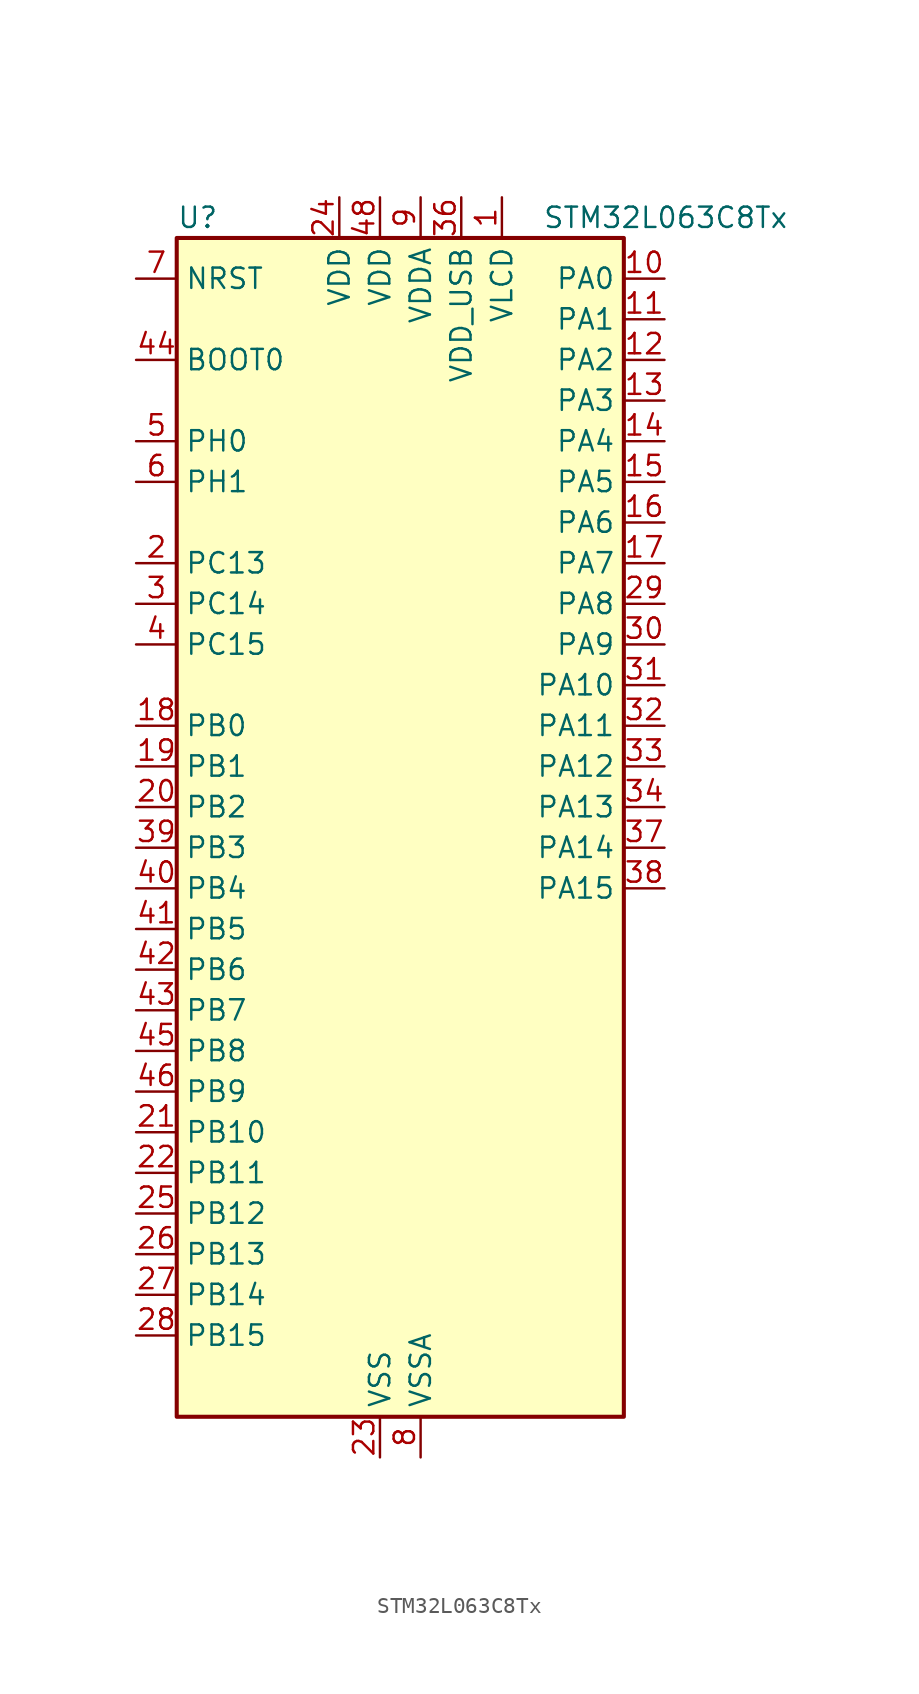
<source format=kicad_sym>
(kicad_symbol_lib
  (version 20231120)
  (generator "kicad_symbol_editor")
  (generator_version "8.0")
  (symbol "STM32L063C8Tx"
    (property "Reference" "U"
      (at -12.7 39.37 0)
      (effects (font (size 1.27 1.27)) (justify left)))
    (property "Value" "STM32L063C8Tx"
      (at 10.16 39.37 0)
      (effects (font (size 1.27 1.27)) (justify left)))
    (property "ki_locked" ""
      (at 0 0 0)
      (effects (font (size 1.27 1.27))))
    (symbol "STM32L063C8Tx_0_1"
      (rectangle (start -12.7 -35.56) (end 15.24 38.1) (stroke (width 0.254) (type default)) (fill (type background))))
    (symbol "STM32L063C8Tx_1_1"
      (pin power_in line (at 7.62 40.64 270) (length 2.54) (name "VLCD" (effects (font (size 1.27 1.27)))) (number "1" (effects (font (size 1.27 1.27)))))
      (pin bidirectional line (at 17.78 35.56 180) (length 2.54) (name "PA0" (effects (font (size 1.27 1.27)))) (number "10" (effects (font (size 1.27 1.27)))) (alternate "ADC_IN0" bidirectional line) (alternate "COMP1_INM" bidirectional line) (alternate "COMP1_OUT" bidirectional line) (alternate "RTC_TAMP2" bidirectional line) (alternate "SYS_WKUP1" bidirectional line) (alternate "TIM2_CH1" bidirectional line) (alternate "TIM2_ETR" bidirectional line) (alternate "TSC_G1_IO1" bidirectional line) (alternate "USART2_CTS" bidirectional line))
      (pin bidirectional line (at 17.78 33.02 180) (length 2.54) (name "PA1" (effects (font (size 1.27 1.27)))) (number "11" (effects (font (size 1.27 1.27)))) (alternate "ADC_IN1" bidirectional line) (alternate "COMP1_INP" bidirectional line) (alternate "LCD_SEG0" bidirectional line) (alternate "TIM21_ETR" bidirectional line) (alternate "TIM2_CH2" bidirectional line) (alternate "TSC_G1_IO2" bidirectional line) (alternate "USART2_DE" bidirectional line) (alternate "USART2_RTS" bidirectional line))
      (pin bidirectional line (at 17.78 30.48 180) (length 2.54) (name "PA2" (effects (font (size 1.27 1.27)))) (number "12" (effects (font (size 1.27 1.27)))) (alternate "ADC_IN2" bidirectional line) (alternate "COMP2_INM" bidirectional line) (alternate "COMP2_OUT" bidirectional line) (alternate "LCD_SEG1" bidirectional line) (alternate "TIM21_CH1" bidirectional line) (alternate "TIM2_CH3" bidirectional line) (alternate "TSC_G1_IO3" bidirectional line) (alternate "USART2_TX" bidirectional line))
      (pin bidirectional line (at 17.78 27.94 180) (length 2.54) (name "PA3" (effects (font (size 1.27 1.27)))) (number "13" (effects (font (size 1.27 1.27)))) (alternate "ADC_IN3" bidirectional line) (alternate "COMP2_INP" bidirectional line) (alternate "LCD_SEG2" bidirectional line) (alternate "TIM21_CH2" bidirectional line) (alternate "TIM2_CH4" bidirectional line) (alternate "TSC_G1_IO4" bidirectional line) (alternate "USART2_RX" bidirectional line))
      (pin bidirectional line (at 17.78 25.4 180) (length 2.54) (name "PA4" (effects (font (size 1.27 1.27)))) (number "14" (effects (font (size 1.27 1.27)))) (alternate "ADC_IN4" bidirectional line) (alternate "COMP1_INM" bidirectional line) (alternate "COMP2_INM" bidirectional line) (alternate "DAC_OUT1" bidirectional line) (alternate "SPI1_NSS" bidirectional line) (alternate "TIM22_ETR" bidirectional line) (alternate "TSC_G2_IO1" bidirectional line) (alternate "USART2_CK" bidirectional line))
      (pin bidirectional line (at 17.78 22.86 180) (length 2.54) (name "PA5" (effects (font (size 1.27 1.27)))) (number "15" (effects (font (size 1.27 1.27)))) (alternate "ADC_IN5" bidirectional line) (alternate "COMP1_INM" bidirectional line) (alternate "COMP2_INM" bidirectional line) (alternate "SPI1_SCK" bidirectional line) (alternate "TIM2_CH1" bidirectional line) (alternate "TIM2_ETR" bidirectional line) (alternate "TSC_G2_IO2" bidirectional line))
      (pin bidirectional line (at 17.78 20.32 180) (length 2.54) (name "PA6" (effects (font (size 1.27 1.27)))) (number "16" (effects (font (size 1.27 1.27)))) (alternate "ADC_IN6" bidirectional line) (alternate "COMP1_OUT" bidirectional line) (alternate "LCD_SEG3" bidirectional line) (alternate "LPUART1_CTS" bidirectional line) (alternate "SPI1_MISO" bidirectional line) (alternate "TIM22_CH1" bidirectional line) (alternate "TSC_G2_IO3" bidirectional line))
      (pin bidirectional line (at 17.78 17.78 180) (length 2.54) (name "PA7" (effects (font (size 1.27 1.27)))) (number "17" (effects (font (size 1.27 1.27)))) (alternate "ADC_IN7" bidirectional line) (alternate "COMP2_OUT" bidirectional line) (alternate "LCD_SEG4" bidirectional line) (alternate "SPI1_MOSI" bidirectional line) (alternate "TIM22_CH2" bidirectional line) (alternate "TSC_G2_IO4" bidirectional line))
      (pin bidirectional line (at -15.24 7.62 0) (length 2.54) (name "PB0" (effects (font (size 1.27 1.27)))) (number "18" (effects (font (size 1.27 1.27)))) (alternate "ADC_IN8" bidirectional line) (alternate "LCD_SEG5" bidirectional line) (alternate "LCD_VLCD3" bidirectional line) (alternate "SYS_VREF_OUT_PB0" bidirectional line) (alternate "TSC_G3_IO2" bidirectional line))
      (pin bidirectional line (at -15.24 5.08 0) (length 2.54) (name "PB1" (effects (font (size 1.27 1.27)))) (number "19" (effects (font (size 1.27 1.27)))) (alternate "ADC_IN9" bidirectional line) (alternate "LCD_SEG6" bidirectional line) (alternate "LPUART1_DE" bidirectional line) (alternate "LPUART1_RTS" bidirectional line) (alternate "SYS_VREF_OUT_PB1" bidirectional line) (alternate "TSC_G3_IO3" bidirectional line))
      (pin bidirectional line (at -15.24 17.78 0) (length 2.54) (name "PC13" (effects (font (size 1.27 1.27)))) (number "2" (effects (font (size 1.27 1.27)))) (alternate "RTC_OUT_ALARM" bidirectional line) (alternate "RTC_OUT_CALIB" bidirectional line) (alternate "RTC_TAMP1" bidirectional line) (alternate "RTC_TS" bidirectional line) (alternate "SYS_WKUP2" bidirectional line))
      (pin bidirectional line (at -15.24 2.54 0) (length 2.54) (name "PB2" (effects (font (size 1.27 1.27)))) (number "20" (effects (font (size 1.27 1.27)))) (alternate "LCD_VLCD2" bidirectional line) (alternate "LPTIM1_OUT" bidirectional line) (alternate "TSC_G3_IO4" bidirectional line))
      (pin bidirectional line (at -15.24 -17.78 0) (length 2.54) (name "PB10" (effects (font (size 1.27 1.27)))) (number "21" (effects (font (size 1.27 1.27)))) (alternate "I2C2_SCL" bidirectional line) (alternate "LCD_SEG10" bidirectional line) (alternate "LPUART1_TX" bidirectional line) (alternate "SPI2_SCK" bidirectional line) (alternate "TIM2_CH3" bidirectional line) (alternate "TSC_SYNC" bidirectional line))
      (pin bidirectional line (at -15.24 -20.32 0) (length 2.54) (name "PB11" (effects (font (size 1.27 1.27)))) (number "22" (effects (font (size 1.27 1.27)))) (alternate "ADC_EXTI11" bidirectional line) (alternate "I2C2_SDA" bidirectional line) (alternate "LCD_SEG11" bidirectional line) (alternate "LPUART1_RX" bidirectional line) (alternate "TIM2_CH4" bidirectional line) (alternate "TSC_G6_IO1" bidirectional line))
      (pin power_in line (at 0 -38.1 90) (length 2.54) (name "VSS" (effects (font (size 1.27 1.27)))) (number "23" (effects (font (size 1.27 1.27)))))
      (pin power_in line (at -2.54 40.64 270) (length 2.54) (name "VDD" (effects (font (size 1.27 1.27)))) (number "24" (effects (font (size 1.27 1.27)))))
      (pin bidirectional line (at -15.24 -22.86 0) (length 2.54) (name "PB12" (effects (font (size 1.27 1.27)))) (number "25" (effects (font (size 1.27 1.27)))) (alternate "I2S2_WS" bidirectional line) (alternate "LCD_SEG12" bidirectional line) (alternate "LCD_VLCD1" bidirectional line) (alternate "LPUART1_DE" bidirectional line) (alternate "LPUART1_RTS" bidirectional line) (alternate "SPI2_NSS" bidirectional line) (alternate "TSC_G6_IO2" bidirectional line))
      (pin bidirectional line (at -15.24 -25.4 0) (length 2.54) (name "PB13" (effects (font (size 1.27 1.27)))) (number "26" (effects (font (size 1.27 1.27)))) (alternate "I2C2_SCL" bidirectional line) (alternate "I2S2_CK" bidirectional line) (alternate "LCD_SEG13" bidirectional line) (alternate "LPUART1_CTS" bidirectional line) (alternate "SPI2_SCK" bidirectional line) (alternate "TIM21_CH1" bidirectional line) (alternate "TSC_G6_IO3" bidirectional line))
      (pin bidirectional line (at -15.24 -27.94 0) (length 2.54) (name "PB14" (effects (font (size 1.27 1.27)))) (number "27" (effects (font (size 1.27 1.27)))) (alternate "I2C2_SDA" bidirectional line) (alternate "I2S2_MCK" bidirectional line) (alternate "LCD_SEG14" bidirectional line) (alternate "LPUART1_DE" bidirectional line) (alternate "LPUART1_RTS" bidirectional line) (alternate "RTC_OUT_ALARM" bidirectional line) (alternate "RTC_OUT_CALIB" bidirectional line) (alternate "SPI2_MISO" bidirectional line) (alternate "TIM21_CH2" bidirectional line) (alternate "TSC_G6_IO4" bidirectional line))
      (pin bidirectional line (at -15.24 -30.48 0) (length 2.54) (name "PB15" (effects (font (size 1.27 1.27)))) (number "28" (effects (font (size 1.27 1.27)))) (alternate "I2S2_SD" bidirectional line) (alternate "LCD_SEG15" bidirectional line) (alternate "RTC_REFIN" bidirectional line) (alternate "SPI2_MOSI" bidirectional line))
      (pin bidirectional line (at 17.78 15.24 180) (length 2.54) (name "PA8" (effects (font (size 1.27 1.27)))) (number "29" (effects (font (size 1.27 1.27)))) (alternate "CRS_SYNC" bidirectional line) (alternate "LCD_COM0" bidirectional line) (alternate "RCC_MCO" bidirectional line) (alternate "USART1_CK" bidirectional line))
      (pin bidirectional line (at -15.24 15.24 0) (length 2.54) (name "PC14" (effects (font (size 1.27 1.27)))) (number "3" (effects (font (size 1.27 1.27)))) (alternate "RCC_OSC32_IN" bidirectional line))
      (pin bidirectional line (at 17.78 12.7 180) (length 2.54) (name "PA9" (effects (font (size 1.27 1.27)))) (number "30" (effects (font (size 1.27 1.27)))) (alternate "DAC_EXTI9" bidirectional line) (alternate "LCD_COM1" bidirectional line) (alternate "RCC_MCO" bidirectional line) (alternate "TSC_G4_IO1" bidirectional line) (alternate "USART1_TX" bidirectional line))
      (pin bidirectional line (at 17.78 10.16 180) (length 2.54) (name "PA10" (effects (font (size 1.27 1.27)))) (number "31" (effects (font (size 1.27 1.27)))) (alternate "LCD_COM2" bidirectional line) (alternate "TSC_G4_IO2" bidirectional line) (alternate "USART1_RX" bidirectional line))
      (pin bidirectional line (at 17.78 7.62 180) (length 2.54) (name "PA11" (effects (font (size 1.27 1.27)))) (number "32" (effects (font (size 1.27 1.27)))) (alternate "ADC_EXTI11" bidirectional line) (alternate "COMP1_OUT" bidirectional line) (alternate "SPI1_MISO" bidirectional line) (alternate "TSC_G4_IO3" bidirectional line) (alternate "USART1_CTS" bidirectional line) (alternate "USB_DM" bidirectional line))
      (pin bidirectional line (at 17.78 5.08 180) (length 2.54) (name "PA12" (effects (font (size 1.27 1.27)))) (number "33" (effects (font (size 1.27 1.27)))) (alternate "COMP2_OUT" bidirectional line) (alternate "SPI1_MOSI" bidirectional line) (alternate "TSC_G4_IO4" bidirectional line) (alternate "USART1_DE" bidirectional line) (alternate "USART1_RTS" bidirectional line) (alternate "USB_DP" bidirectional line))
      (pin bidirectional line (at 17.78 2.54 180) (length 2.54) (name "PA13" (effects (font (size 1.27 1.27)))) (number "34" (effects (font (size 1.27 1.27)))) (alternate "SYS_SWDIO" bidirectional line) (alternate "USB_NOE" bidirectional line))
      (pin passive line (at 0 -38.1 90) (length 2.54) hide (name "VSS" (effects (font (size 1.27 1.27)))) (number "35" (effects (font (size 1.27 1.27)))))
      (pin power_in line (at 5.08 40.64 270) (length 2.54) (name "VDD_USB" (effects (font (size 1.27 1.27)))) (number "36" (effects (font (size 1.27 1.27)))))
      (pin bidirectional line (at 17.78 0 180) (length 2.54) (name "PA14" (effects (font (size 1.27 1.27)))) (number "37" (effects (font (size 1.27 1.27)))) (alternate "SYS_SWCLK" bidirectional line) (alternate "USART2_TX" bidirectional line))
      (pin bidirectional line (at 17.78 -2.54 180) (length 2.54) (name "PA15" (effects (font (size 1.27 1.27)))) (number "38" (effects (font (size 1.27 1.27)))) (alternate "LCD_SEG17" bidirectional line) (alternate "SPI1_NSS" bidirectional line) (alternate "TIM2_CH1" bidirectional line) (alternate "TIM2_ETR" bidirectional line) (alternate "USART2_RX" bidirectional line))
      (pin bidirectional line (at -15.24 0 0) (length 2.54) (name "PB3" (effects (font (size 1.27 1.27)))) (number "39" (effects (font (size 1.27 1.27)))) (alternate "COMP2_INM" bidirectional line) (alternate "LCD_SEG7" bidirectional line) (alternate "SPI1_SCK" bidirectional line) (alternate "TIM2_CH2" bidirectional line) (alternate "TSC_G5_IO1" bidirectional line))
      (pin bidirectional line (at -15.24 12.7 0) (length 2.54) (name "PC15" (effects (font (size 1.27 1.27)))) (number "4" (effects (font (size 1.27 1.27)))) (alternate "RCC_OSC32_OUT" bidirectional line))
      (pin bidirectional line (at -15.24 -2.54 0) (length 2.54) (name "PB4" (effects (font (size 1.27 1.27)))) (number "40" (effects (font (size 1.27 1.27)))) (alternate "COMP2_INP" bidirectional line) (alternate "LCD_SEG8" bidirectional line) (alternate "SPI1_MISO" bidirectional line) (alternate "TIM22_CH1" bidirectional line) (alternate "TSC_G5_IO2" bidirectional line))
      (pin bidirectional line (at -15.24 -5.08 0) (length 2.54) (name "PB5" (effects (font (size 1.27 1.27)))) (number "41" (effects (font (size 1.27 1.27)))) (alternate "COMP2_INP" bidirectional line) (alternate "I2C1_SMBA" bidirectional line) (alternate "LCD_SEG9" bidirectional line) (alternate "LPTIM1_IN1" bidirectional line) (alternate "SPI1_MOSI" bidirectional line) (alternate "TIM22_CH2" bidirectional line))
      (pin bidirectional line (at -15.24 -7.62 0) (length 2.54) (name "PB6" (effects (font (size 1.27 1.27)))) (number "42" (effects (font (size 1.27 1.27)))) (alternate "COMP2_INP" bidirectional line) (alternate "I2C1_SCL" bidirectional line) (alternate "LPTIM1_ETR" bidirectional line) (alternate "TSC_G5_IO3" bidirectional line) (alternate "USART1_TX" bidirectional line))
      (pin bidirectional line (at -15.24 -10.16 0) (length 2.54) (name "PB7" (effects (font (size 1.27 1.27)))) (number "43" (effects (font (size 1.27 1.27)))) (alternate "COMP2_INP" bidirectional line) (alternate "I2C1_SDA" bidirectional line) (alternate "LPTIM1_IN2" bidirectional line) (alternate "SYS_PVD_IN" bidirectional line) (alternate "TSC_G5_IO4" bidirectional line) (alternate "USART1_RX" bidirectional line))
      (pin input line (at -15.24 30.48 0) (length 2.54) (name "BOOT0" (effects (font (size 1.27 1.27)))) (number "44" (effects (font (size 1.27 1.27)))))
      (pin bidirectional line (at -15.24 -12.7 0) (length 2.54) (name "PB8" (effects (font (size 1.27 1.27)))) (number "45" (effects (font (size 1.27 1.27)))) (alternate "I2C1_SCL" bidirectional line) (alternate "LCD_SEG16" bidirectional line) (alternate "TSC_SYNC" bidirectional line))
      (pin bidirectional line (at -15.24 -15.24 0) (length 2.54) (name "PB9" (effects (font (size 1.27 1.27)))) (number "46" (effects (font (size 1.27 1.27)))) (alternate "DAC_EXTI9" bidirectional line) (alternate "I2C1_SDA" bidirectional line) (alternate "I2S2_WS" bidirectional line) (alternate "LCD_COM3" bidirectional line) (alternate "SPI2_NSS" bidirectional line))
      (pin passive line (at 0 -38.1 90) (length 2.54) hide (name "VSS" (effects (font (size 1.27 1.27)))) (number "47" (effects (font (size 1.27 1.27)))))
      (pin power_in line (at 0 40.64 270) (length 2.54) (name "VDD" (effects (font (size 1.27 1.27)))) (number "48" (effects (font (size 1.27 1.27)))))
      (pin bidirectional line (at -15.24 25.4 0) (length 2.54) (name "PH0" (effects (font (size 1.27 1.27)))) (number "5" (effects (font (size 1.27 1.27)))) (alternate "CRS_SYNC" bidirectional line) (alternate "RCC_OSC_IN" bidirectional line))
      (pin bidirectional line (at -15.24 22.86 0) (length 2.54) (name "PH1" (effects (font (size 1.27 1.27)))) (number "6" (effects (font (size 1.27 1.27)))) (alternate "RCC_OSC_OUT" bidirectional line))
      (pin input line (at -15.24 35.56 0) (length 2.54) (name "NRST" (effects (font (size 1.27 1.27)))) (number "7" (effects (font (size 1.27 1.27)))))
      (pin power_in line (at 2.54 -38.1 90) (length 2.54) (name "VSSA" (effects (font (size 1.27 1.27)))) (number "8" (effects (font (size 1.27 1.27)))))
      (pin power_in line (at 2.54 40.64 270) (length 2.54) (name "VDDA" (effects (font (size 1.27 1.27)))) (number "9" (effects (font (size 1.27 1.27))))))))
</source>
